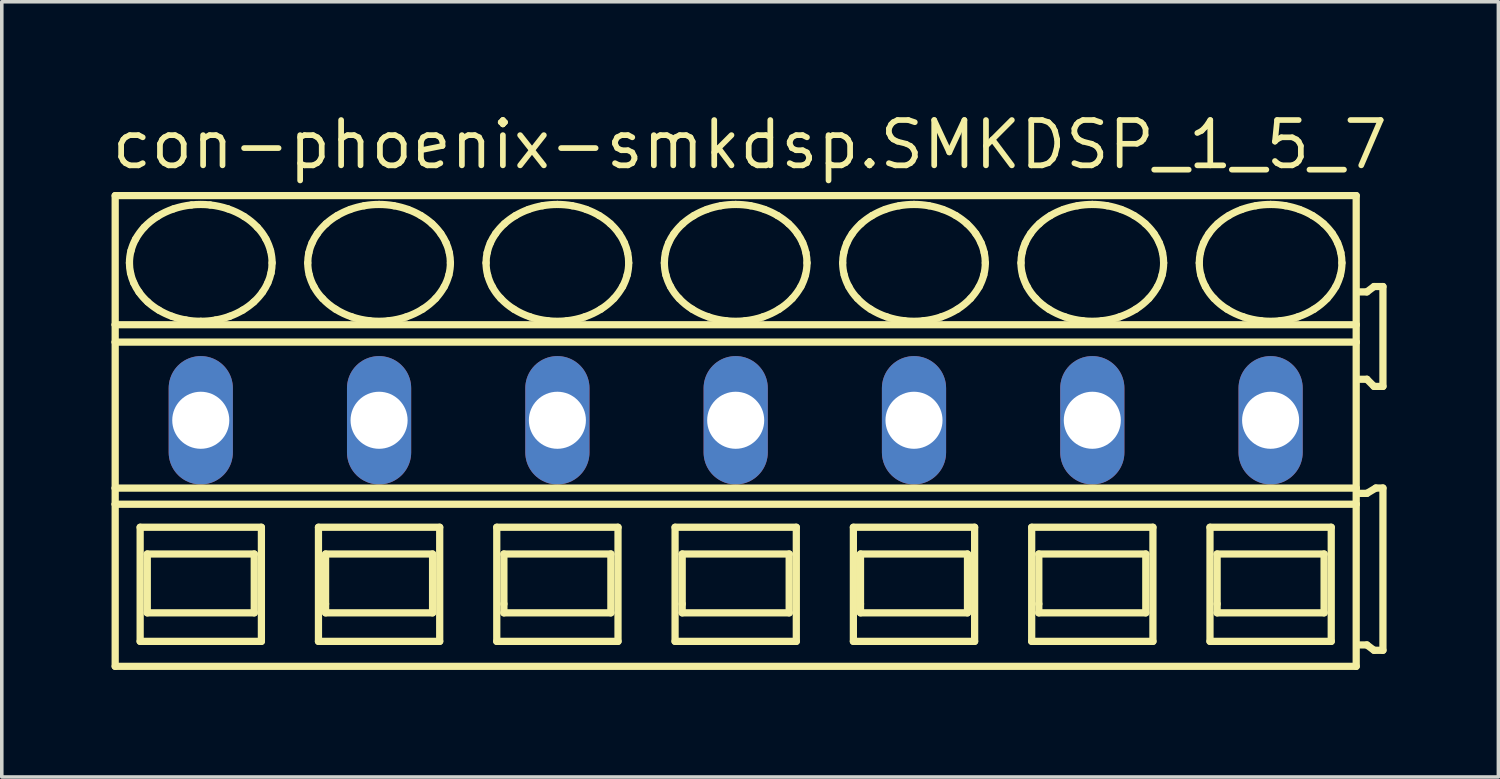
<source format=kicad_pcb>
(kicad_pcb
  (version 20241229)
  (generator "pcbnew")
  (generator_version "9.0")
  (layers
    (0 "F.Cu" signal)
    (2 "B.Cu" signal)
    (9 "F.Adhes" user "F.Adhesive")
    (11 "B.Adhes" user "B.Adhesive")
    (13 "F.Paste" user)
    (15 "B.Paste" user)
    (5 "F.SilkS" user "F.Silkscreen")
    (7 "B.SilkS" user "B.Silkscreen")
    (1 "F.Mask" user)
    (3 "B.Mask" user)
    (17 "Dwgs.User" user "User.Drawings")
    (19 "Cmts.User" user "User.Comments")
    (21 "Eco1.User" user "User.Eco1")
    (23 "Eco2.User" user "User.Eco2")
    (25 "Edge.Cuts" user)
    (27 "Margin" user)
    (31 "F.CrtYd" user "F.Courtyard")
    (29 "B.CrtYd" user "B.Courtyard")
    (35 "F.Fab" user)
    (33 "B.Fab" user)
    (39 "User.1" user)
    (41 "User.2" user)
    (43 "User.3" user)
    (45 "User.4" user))
  (footprint "con-phoenix-smkdsp.SMKDSP_1_5_7"
    (layer "F.Cu")
    (at 5.08 8.735)
    (property "Reference" "con-phoenix-smkdsp.SMKDSP_1_5_7" (at -5.08 -6.985 0) (layer "F.SilkS") (effects (font (size 1.27 1.27) (thickness 0.16)) (justify left bottom)))
    (attr through_hole)
    (fp_line (start -4.9 -6.3) (end -4.9 -2.679) (stroke (width 0.203) (type default)) (layer "F.SilkS"))
    (fp_line (start -4.9 -2.679) (end -4.9 -2.192) (stroke (width 0.203) (type default)) (layer "F.SilkS"))
    (fp_line (start -4.9 -2.192) (end -4.9 1.902) (stroke (width 0.203) (type default)) (layer "F.SilkS"))
    (fp_line (start -4.9 1.902) (end -4.9 2.354) (stroke (width 0.203) (type default)) (layer "F.SilkS"))
    (fp_line (start -4.9 2.354) (end -4.9 6.9) (stroke (width 0.203) (type default)) (layer "F.SilkS"))
    (fp_line (start -4.9 6.9) (end 29.9 6.9) (stroke (width 0.203) (type default)) (layer "F.SilkS"))
    (fp_line (start -4.2 3) (end -4.2 6.2) (stroke (width 0.203) (type default)) (layer "F.SilkS"))
    (fp_line (start -4.2 6.2) (end -0.8 6.2) (stroke (width 0.203) (type default)) (layer "F.SilkS"))
    (fp_line (start -4 3.75) (end -4 5.4) (stroke (width 0.203) (type default)) (layer "F.SilkS"))
    (fp_line (start -4 5.4) (end -1 5.4) (stroke (width 0.203) (type default)) (layer "F.SilkS"))
    (fp_line (start -1 3.75) (end -4 3.75) (stroke (width 0.203) (type default)) (layer "F.SilkS"))
    (fp_line (start -1 5.4) (end -1 3.75) (stroke (width 0.203) (type default)) (layer "F.SilkS"))
    (fp_line (start -0.8 3) (end -4.2 3) (stroke (width 0.203) (type default)) (layer "F.SilkS"))
    (fp_line (start -0.8 6.2) (end -0.8 3) (stroke (width 0.203) (type default)) (layer "F.SilkS"))
    (fp_line (start 0.8 3) (end 0.8 6.2) (stroke (width 0.203) (type default)) (layer "F.SilkS"))
    (fp_line (start 0.8 6.2) (end 4.2 6.2) (stroke (width 0.203) (type default)) (layer "F.SilkS"))
    (fp_line (start 1 3.75) (end 1 5.15) (stroke (width 0.203) (type default)) (layer "F.SilkS"))
    (fp_line (start 1 5.15) (end 1 5.4) (stroke (width 0.203) (type default)) (layer "F.SilkS"))
    (fp_line (start 1 5.4) (end 4 5.4) (stroke (width 0.203) (type default)) (layer "F.SilkS"))
    (fp_line (start 4 3.75) (end 1 3.75) (stroke (width 0.203) (type default)) (layer "F.SilkS"))
    (fp_line (start 4 5.4) (end 4 3.75) (stroke (width 0.203) (type default)) (layer "F.SilkS"))
    (fp_line (start 4.2 3) (end 0.8 3) (stroke (width 0.203) (type default)) (layer "F.SilkS"))
    (fp_line (start 4.2 6.2) (end 4.2 3) (stroke (width 0.203) (type default)) (layer "F.SilkS"))
    (fp_line (start 5.8 3) (end 5.8 6.2) (stroke (width 0.203) (type default)) (layer "F.SilkS"))
    (fp_line (start 5.8 6.2) (end 9.2 6.2) (stroke (width 0.203) (type default)) (layer "F.SilkS"))
    (fp_line (start 6 3.75) (end 6 5.15) (stroke (width 0.203) (type default)) (layer "F.SilkS"))
    (fp_line (start 6 5.15) (end 6 5.4) (stroke (width 0.203) (type default)) (layer "F.SilkS"))
    (fp_line (start 6 5.4) (end 9 5.4) (stroke (width 0.203) (type default)) (layer "F.SilkS"))
    (fp_line (start 9 3.75) (end 6 3.75) (stroke (width 0.203) (type default)) (layer "F.SilkS"))
    (fp_line (start 9 5.4) (end 9 3.75) (stroke (width 0.203) (type default)) (layer "F.SilkS"))
    (fp_line (start 9.2 3) (end 5.8 3) (stroke (width 0.203) (type default)) (layer "F.SilkS"))
    (fp_line (start 9.2 6.2) (end 9.2 3) (stroke (width 0.203) (type default)) (layer "F.SilkS"))
    (fp_line (start 10.8 3) (end 10.8 6.2) (stroke (width 0.203) (type default)) (layer "F.SilkS"))
    (fp_line (start 10.8 6.2) (end 14.2 6.2) (stroke (width 0.203) (type default)) (layer "F.SilkS"))
    (fp_line (start 11 3.75) (end 11 5.15) (stroke (width 0.203) (type default)) (layer "F.SilkS"))
    (fp_line (start 11 5.15) (end 11 5.4) (stroke (width 0.203) (type default)) (layer "F.SilkS"))
    (fp_line (start 11 5.4) (end 14 5.4) (stroke (width 0.203) (type default)) (layer "F.SilkS"))
    (fp_line (start 14 3.75) (end 11 3.75) (stroke (width 0.203) (type default)) (layer "F.SilkS"))
    (fp_line (start 14 5.4) (end 14 3.75) (stroke (width 0.203) (type default)) (layer "F.SilkS"))
    (fp_line (start 14.2 3) (end 10.8 3) (stroke (width 0.203) (type default)) (layer "F.SilkS"))
    (fp_line (start 14.2 6.2) (end 14.2 3) (stroke (width 0.203) (type default)) (layer "F.SilkS"))
    (fp_line (start 15.8 3) (end 15.8 6.2) (stroke (width 0.203) (type default)) (layer "F.SilkS"))
    (fp_line (start 15.8 6.2) (end 19.2 6.2) (stroke (width 0.203) (type default)) (layer "F.SilkS"))
    (fp_line (start 16 3.75) (end 16 5.15) (stroke (width 0.203) (type default)) (layer "F.SilkS"))
    (fp_line (start 16 5.15) (end 16 5.4) (stroke (width 0.203) (type default)) (layer "F.SilkS"))
    (fp_line (start 16 5.4) (end 19 5.4) (stroke (width 0.203) (type default)) (layer "F.SilkS"))
    (fp_line (start 19 3.75) (end 16 3.75) (stroke (width 0.203) (type default)) (layer "F.SilkS"))
    (fp_line (start 19 5.4) (end 19 3.75) (stroke (width 0.203) (type default)) (layer "F.SilkS"))
    (fp_line (start 19.2 3) (end 15.8 3) (stroke (width 0.203) (type default)) (layer "F.SilkS"))
    (fp_line (start 19.2 6.2) (end 19.2 3) (stroke (width 0.203) (type default)) (layer "F.SilkS"))
    (fp_line (start 20.8 3) (end 20.8 6.2) (stroke (width 0.203) (type default)) (layer "F.SilkS"))
    (fp_line (start 20.8 6.2) (end 24.2 6.2) (stroke (width 0.203) (type default)) (layer "F.SilkS"))
    (fp_line (start 21 3.75) (end 21 5.15) (stroke (width 0.203) (type default)) (layer "F.SilkS"))
    (fp_line (start 21 5.15) (end 21 5.4) (stroke (width 0.203) (type default)) (layer "F.SilkS"))
    (fp_line (start 21 5.4) (end 24 5.4) (stroke (width 0.203) (type default)) (layer "F.SilkS"))
    (fp_line (start 24 3.75) (end 21 3.75) (stroke (width 0.203) (type default)) (layer "F.SilkS"))
    (fp_line (start 24 5.4) (end 24 3.75) (stroke (width 0.203) (type default)) (layer "F.SilkS"))
    (fp_line (start 24.2 3) (end 20.8 3) (stroke (width 0.203) (type default)) (layer "F.SilkS"))
    (fp_line (start 24.2 6.2) (end 24.2 3) (stroke (width 0.203) (type default)) (layer "F.SilkS"))
    (fp_line (start 25.8 3) (end 25.8 6.2) (stroke (width 0.203) (type default)) (layer "F.SilkS"))
    (fp_line (start 25.8 6.2) (end 29.2 6.2) (stroke (width 0.203) (type default)) (layer "F.SilkS"))
    (fp_line (start 26 3.75) (end 26 5.15) (stroke (width 0.203) (type default)) (layer "F.SilkS"))
    (fp_line (start 26 5.15) (end 26 5.4) (stroke (width 0.203) (type default)) (layer "F.SilkS"))
    (fp_line (start 26 5.4) (end 29 5.4) (stroke (width 0.203) (type default)) (layer "F.SilkS"))
    (fp_line (start 29 3.75) (end 26 3.75) (stroke (width 0.203) (type default)) (layer "F.SilkS"))
    (fp_line (start 29 5.4) (end 29 3.75) (stroke (width 0.203) (type default)) (layer "F.SilkS"))
    (fp_line (start 29.2 3) (end 25.8 3) (stroke (width 0.203) (type default)) (layer "F.SilkS"))
    (fp_line (start 29.2 6.2) (end 29.2 3) (stroke (width 0.203) (type default)) (layer "F.SilkS"))
    (fp_line (start 29.9 -6.3) (end -4.9 -6.3) (stroke (width 0.203) (type default)) (layer "F.SilkS"))
    (fp_line (start 29.9 -2.679) (end -4.9 -2.679) (stroke (width 0.203) (type default)) (layer "F.SilkS"))
    (fp_line (start 29.9 -2.679) (end 29.9 -6.3) (stroke (width 0.203) (type default)) (layer "F.SilkS"))
    (fp_line (start 29.9 -2.192) (end -4.9 -2.192) (stroke (width 0.203) (type default)) (layer "F.SilkS"))
    (fp_line (start 29.9 -2.192) (end 29.9 -2.679) (stroke (width 0.203) (type default)) (layer "F.SilkS"))
    (fp_line (start 29.9 1.902) (end -4.9 1.902) (stroke (width 0.203) (type default)) (layer "F.SilkS"))
    (fp_line (start 29.9 1.902) (end 29.9 -2.192) (stroke (width 0.203) (type default)) (layer "F.SilkS"))
    (fp_line (start 29.9 2.354) (end -4.9 2.354) (stroke (width 0.203) (type default)) (layer "F.SilkS"))
    (fp_line (start 29.9 2.354) (end 29.9 1.902) (stroke (width 0.203) (type default)) (layer "F.SilkS"))
    (fp_line (start 29.9 6.9) (end 29.9 2.354) (stroke (width 0.203) (type default)) (layer "F.SilkS"))
    (fp_line (start 30 -1.15) (end 30.2 -1.15) (stroke (width 0.203) (type default)) (layer "F.SilkS"))
    (fp_line (start 30 6.3) (end 30.2 6.3) (stroke (width 0.203) (type default)) (layer "F.SilkS"))
    (fp_line (start 30.2 -3.6) (end 30 -3.6) (stroke (width 0.203) (type default)) (layer "F.SilkS"))
    (fp_line (start 30.2 -1.15) (end 30.4 -0.95) (stroke (width 0.203) (type default)) (layer "F.SilkS"))
    (fp_line (start 30.2 2.05) (end 30 2.05) (stroke (width 0.203) (type default)) (layer "F.SilkS"))
    (fp_line (start 30.2 6.3) (end 30.4 6.45) (stroke (width 0.203) (type default)) (layer "F.SilkS"))
    (fp_line (start 30.4 -3.75) (end 30.2 -3.6) (stroke (width 0.203) (type default)) (layer "F.SilkS"))
    (fp_line (start 30.4 -0.95) (end 30.65 -0.95) (stroke (width 0.203) (type default)) (layer "F.SilkS"))
    (fp_line (start 30.4 6.45) (end 30.65 6.45) (stroke (width 0.203) (type default)) (layer "F.SilkS"))
    (fp_line (start 30.45 1.9) (end 30.2 2.05) (stroke (width 0.203) (type default)) (layer "F.SilkS"))
    (fp_line (start 30.65 -3.75) (end 30.4 -3.75) (stroke (width 0.203) (type default)) (layer "F.SilkS"))
    (fp_line (start 30.65 -0.95) (end 30.65 -3.75) (stroke (width 0.203) (type default)) (layer "F.SilkS"))
    (fp_line (start 30.65 1.9) (end 30.45 1.9) (stroke (width 0.203) (type default)) (layer "F.SilkS"))
    (fp_line (start 30.65 6.45) (end 30.65 1.9) (stroke (width 0.203) (type default)) (layer "F.SilkS"))
    (fp_arc (start -4.5 -4.4136) (mid -4.488905 -4.585389) (end -4.4562 -4.7544) (stroke (width 0.2032) (type default)) (layer "F.SilkS"))
    (fp_arc (start -4.4695 -4.1287) (mid -4.492309 -4.270341) (end -4.5 -4.4136) (stroke (width 0.2032) (type default)) (layer "F.SilkS"))
    (fp_arc (start -4.4562 -4.7544) (mid -4.401558 -4.920839) (end -4.3273 -5.0795) (stroke (width 0.2032) (type default)) (layer "F.SilkS"))
    (fp_arc (start -4.3795 -3.8536) (mid -4.431599 -3.988827) (end -4.4695 -4.1287) (stroke (width 0.2032) (type default)) (layer "F.SilkS"))
    (fp_arc (start -4.3274 -5.0795) (mid -4.216217 -5.252167) (end -4.0864 -5.4113) (stroke (width 0.2032) (type default)) (layer "F.SilkS"))
    (fp_arc (start -4.232 -3.5945) (mid -4.312155 -3.720404) (end -4.3795 -3.8536) (stroke (width 0.2032) (type default)) (layer "F.SilkS"))
    (fp_arc (start -4.0864 -5.4113) (mid -3.911717 -5.573771) (end -3.718 -5.713) (stroke (width 0.2032) (type default)) (layer "F.SilkS"))
    (fp_arc (start -3.9861 -3.3171) (mid -4.116737 -3.448975) (end -4.2321 -3.5944) (stroke (width 0.2032) (type default)) (layer "F.SilkS"))
    (fp_arc (start -3.718 -5.713) (mid -3.497651 -5.83326) (end -3.2649 -5.9273) (stroke (width 0.2032) (type default)) (layer "F.SilkS"))
    (fp_arc (start -3.676 -3.0884) (mid -3.836846 -3.19489) (end -3.9861 -3.3171) (stroke (width 0.2032) (type default)) (layer "F.SilkS"))
    (fp_arc (start -3.313 -2.9167) (mid -3.498551 -2.993985) (end -3.676 -3.0884) (stroke (width 0.2032) (type default)) (layer "F.SilkS"))
    (fp_arc (start -3.2649 -5.9273) (mid -3.016253 -5.996227) (end -2.7616 -6.0378) (stroke (width 0.2032) (type default)) (layer "F.SilkS"))
    (fp_arc (start -2.9161 -2.8111) (mid -3.116893 -2.855096) (end -3.313 -2.9167) (stroke (width 0.2032) (type default)) (layer "F.SilkS"))
    (fp_arc (start -2.7616 -6.0378) (mid -2.5 -6.051841) (end -2.2384 -6.0378) (stroke (width 0.2032) (type default)) (layer "F.SilkS"))
    (fp_arc (start -2.5 -2.7752) (mid -2.708826 -2.784159) (end -2.9161 -2.8111) (stroke (width 0.2032) (type default)) (layer "F.SilkS"))
    (fp_arc (start -2.2384 -6.0378) (mid -1.983714 -5.996378) (end -1.7351 -5.9273) (stroke (width 0.2032) (type default)) (layer "F.SilkS"))
    (fp_arc (start -2.0839 -2.8111) (mid -2.291182 -2.784277) (end -2.5 -2.7753) (stroke (width 0.2032) (type default)) (layer "F.SilkS"))
    (fp_arc (start -1.7351 -5.9273) (mid -1.502222 -5.83353) (end -1.282 -5.713) (stroke (width 0.2032) (type default)) (layer "F.SilkS"))
    (fp_arc (start -1.687 -2.9167) (mid -1.883128 -2.855175) (end -2.0839 -2.8111) (stroke (width 0.2032) (type default)) (layer "F.SilkS"))
    (fp_arc (start -1.324 -3.0884) (mid -1.501514 -2.994123) (end -1.687 -2.9167) (stroke (width 0.2032) (type default)) (layer "F.SilkS"))
    (fp_arc (start -1.282 -5.713) (mid -1.088036 -5.574073) (end -0.9136 -5.4113) (stroke (width 0.2032) (type default)) (layer "F.SilkS"))
    (fp_arc (start -1.0139 -3.3171) (mid -1.163276 -3.195057) (end -1.324 -3.0884) (stroke (width 0.2032) (type default)) (layer "F.SilkS"))
    (fp_arc (start -0.9137 -5.4112) (mid -0.781313 -5.253987) (end -0.6727 -5.0795) (stroke (width 0.2032) (type default)) (layer "F.SilkS"))
    (fp_arc (start -0.7679 -3.5944) (mid -0.88339 -3.449088) (end -1.0139 -3.3171) (stroke (width 0.2032) (type default)) (layer "F.SilkS"))
    (fp_arc (start -0.6727 -5.0795) (mid -0.598286 -4.920901) (end -0.5438 -4.7544) (stroke (width 0.2032) (type default)) (layer "F.SilkS"))
    (fp_arc (start -0.6204 -3.8536) (mid -0.687861 -3.720421) (end -0.7679 -3.5944) (stroke (width 0.2032) (type default)) (layer "F.SilkS"))
    (fp_arc (start -0.5438 -4.7544) (mid -0.511083 -4.58539) (end -0.5 -4.4136) (stroke (width 0.2032) (type default)) (layer "F.SilkS"))
    (fp_arc (start -0.5305 -4.1287) (mid -0.568473 -3.988851) (end -0.6205 -3.8536) (stroke (width 0.2032) (type default)) (layer "F.SilkS"))
    (fp_arc (start -0.5001 -4.4136) (mid -0.50774 -4.270343) (end -0.5305 -4.1287) (stroke (width 0.2032) (type default)) (layer "F.SilkS"))
    (fp_arc (start 0.5 -4.4136) (mid 0.507693 -4.556809) (end 0.5305 -4.6984) (stroke (width 0.2032) (type default)) (layer "F.SilkS"))
    (fp_arc (start 0.5305 -4.6984) (mid 0.568467 -4.8383) (end 0.6205 -4.9736) (stroke (width 0.2032) (type default)) (layer "F.SilkS"))
    (fp_arc (start 0.5438 -4.0727) (mid 0.511073 -4.241759) (end 0.5 -4.4136) (stroke (width 0.2032) (type default)) (layer "F.SilkS"))
    (fp_arc (start 0.6204 -4.9736) (mid 0.687866 -5.106728) (end 0.7679 -5.2327) (stroke (width 0.2032) (type default)) (layer "F.SilkS"))
    (fp_arc (start 0.6727 -3.7476) (mid 0.598288 -3.9062) (end 0.5438 -4.0727) (stroke (width 0.2032) (type default)) (layer "F.SilkS"))
    (fp_arc (start 0.7679 -5.2327) (mid 0.883386 -5.378016) (end 1.0139 -5.51) (stroke (width 0.2032) (type default)) (layer "F.SilkS"))
    (fp_arc (start 0.9136 -3.4159) (mid 0.781267 -3.57312) (end 0.6727 -3.7476) (stroke (width 0.2032) (type default)) (layer "F.SilkS"))
    (fp_arc (start 1.0139 -5.51) (mid 1.163277 -5.632042) (end 1.324 -5.7387) (stroke (width 0.2032) (type default)) (layer "F.SilkS"))
    (fp_arc (start 1.282 -3.1141) (mid 1.088032 -3.253077) (end 0.9136 -3.4159) (stroke (width 0.2032) (type default)) (layer "F.SilkS"))
    (fp_arc (start 1.324 -5.7387) (mid 1.501514 -5.832977) (end 1.687 -5.9104) (stroke (width 0.2032) (type default)) (layer "F.SilkS"))
    (fp_arc (start 1.687 -5.9104) (mid 1.883128 -5.971925) (end 2.0839 -6.016) (stroke (width 0.2032) (type default)) (layer "F.SilkS"))
    (fp_arc (start 1.7351 -2.8998) (mid 1.502222 -2.993571) (end 1.282 -3.1141) (stroke (width 0.2032) (type default)) (layer "F.SilkS"))
    (fp_arc (start 2.0839 -6.0161) (mid 2.291183 -6.042919) (end 2.5 -6.0519) (stroke (width 0.2032) (type default)) (layer "F.SilkS"))
    (fp_arc (start 2.2384 -2.7893) (mid 1.983714 -2.830721) (end 1.7351 -2.8998) (stroke (width 0.2032) (type default)) (layer "F.SilkS"))
    (fp_arc (start 2.5 -6.0519) (mid 2.708826 -6.042941) (end 2.9161 -6.016) (stroke (width 0.2032) (type default)) (layer "F.SilkS"))
    (fp_arc (start 2.7616 -2.7893) (mid 2.5 -2.775259) (end 2.2384 -2.7893) (stroke (width 0.2032) (type default)) (layer "F.SilkS"))
    (fp_arc (start 2.9161 -6.016) (mid 3.116893 -5.972004) (end 3.313 -5.9104) (stroke (width 0.2032) (type default)) (layer "F.SilkS"))
    (fp_arc (start 3.2649 -2.8998) (mid 3.016253 -2.830873) (end 2.7616 -2.7893) (stroke (width 0.2032) (type default)) (layer "F.SilkS"))
    (fp_arc (start 3.313 -5.9104) (mid 3.498552 -5.833116) (end 3.676 -5.7387) (stroke (width 0.2032) (type default)) (layer "F.SilkS"))
    (fp_arc (start 3.676 -5.7387) (mid 3.836846 -5.632209) (end 3.9861 -5.51) (stroke (width 0.2032) (type default)) (layer "F.SilkS"))
    (fp_arc (start 3.718 -3.1141) (mid 3.497651 -2.993839) (end 3.2649 -2.8998) (stroke (width 0.2032) (type default)) (layer "F.SilkS"))
    (fp_arc (start 3.9861 -5.51) (mid 4.116738 -5.378126) (end 4.2321 -5.2327) (stroke (width 0.2032) (type default)) (layer "F.SilkS"))
    (fp_arc (start 4.0864 -3.4159) (mid 3.911721 -3.253378) (end 3.718 -3.1141) (stroke (width 0.2032) (type default)) (layer "F.SilkS"))
    (fp_arc (start 4.2321 -5.2327) (mid 4.312204 -5.106793) (end 4.3795 -4.9736) (stroke (width 0.2032) (type default)) (layer "F.SilkS"))
    (fp_arc (start 4.3273 -3.7476) (mid 4.216161 -3.574988) (end 4.0864 -3.4159) (stroke (width 0.2032) (type default)) (layer "F.SilkS"))
    (fp_arc (start 4.3795 -4.9736) (mid 4.431605 -4.838324) (end 4.4695 -4.6984) (stroke (width 0.2032) (type default)) (layer "F.SilkS"))
    (fp_arc (start 4.4562 -4.0727) (mid 4.401557 -3.906262) (end 4.3273 -3.7476) (stroke (width 0.2032) (type default)) (layer "F.SilkS"))
    (fp_arc (start 4.4695 -4.6984) (mid 4.4923 -4.556809) (end 4.5 -4.4136) (stroke (width 0.2032) (type default)) (layer "F.SilkS"))
    (fp_arc (start 4.5 -4.4136) (mid 4.488914 -4.241761) (end 4.4562 -4.0727) (stroke (width 0.2032) (type default)) (layer "F.SilkS"))
    (fp_arc (start 5.5 -4.4136) (mid 5.507693 -4.556809) (end 5.5305 -4.6984) (stroke (width 0.2032) (type default)) (layer "F.SilkS"))
    (fp_arc (start 5.5305 -4.6984) (mid 5.568467 -4.8383) (end 5.6205 -4.9736) (stroke (width 0.2032) (type default)) (layer "F.SilkS"))
    (fp_arc (start 5.5438 -4.0727) (mid 5.511073 -4.241759) (end 5.5 -4.4136) (stroke (width 0.2032) (type default)) (layer "F.SilkS"))
    (fp_arc (start 5.6204 -4.9736) (mid 5.687866 -5.106728) (end 5.7679 -5.2327) (stroke (width 0.2032) (type default)) (layer "F.SilkS"))
    (fp_arc (start 5.6727 -3.7476) (mid 5.598288 -3.9062) (end 5.5438 -4.0727) (stroke (width 0.2032) (type default)) (layer "F.SilkS"))
    (fp_arc (start 5.7679 -5.2327) (mid 5.883386 -5.378016) (end 6.0139 -5.51) (stroke (width 0.2032) (type default)) (layer "F.SilkS"))
    (fp_arc (start 5.9136 -3.4159) (mid 5.781267 -3.57312) (end 5.6727 -3.7476) (stroke (width 0.2032) (type default)) (layer "F.SilkS"))
    (fp_arc (start 6.0139 -5.51) (mid 6.163277 -5.632042) (end 6.324 -5.7387) (stroke (width 0.2032) (type default)) (layer "F.SilkS"))
    (fp_arc (start 6.282 -3.1141) (mid 6.088032 -3.253077) (end 5.9136 -3.4159) (stroke (width 0.2032) (type default)) (layer "F.SilkS"))
    (fp_arc (start 6.324 -5.7387) (mid 6.501514 -5.832977) (end 6.687 -5.9104) (stroke (width 0.2032) (type default)) (layer "F.SilkS"))
    (fp_arc (start 6.687 -5.9104) (mid 6.883128 -5.971925) (end 7.0839 -6.016) (stroke (width 0.2032) (type default)) (layer "F.SilkS"))
    (fp_arc (start 6.7351 -2.8998) (mid 6.502222 -2.993571) (end 6.282 -3.1141) (stroke (width 0.2032) (type default)) (layer "F.SilkS"))
    (fp_arc (start 7.0839 -6.0161) (mid 7.291183 -6.042919) (end 7.5 -6.0519) (stroke (width 0.2032) (type default)) (layer "F.SilkS"))
    (fp_arc (start 7.2384 -2.7893) (mid 6.983714 -2.830721) (end 6.7351 -2.8998) (stroke (width 0.2032) (type default)) (layer "F.SilkS"))
    (fp_arc (start 7.5 -6.0519) (mid 7.708826 -6.042941) (end 7.9161 -6.016) (stroke (width 0.2032) (type default)) (layer "F.SilkS"))
    (fp_arc (start 7.7616 -2.7893) (mid 7.5 -2.775259) (end 7.2384 -2.7893) (stroke (width 0.2032) (type default)) (layer "F.SilkS"))
    (fp_arc (start 7.9161 -6.016) (mid 8.116893 -5.972004) (end 8.313 -5.9104) (stroke (width 0.2032) (type default)) (layer "F.SilkS"))
    (fp_arc (start 8.2649 -2.8998) (mid 8.016253 -2.830873) (end 7.7616 -2.7893) (stroke (width 0.2032) (type default)) (layer "F.SilkS"))
    (fp_arc (start 8.313 -5.9104) (mid 8.498552 -5.833116) (end 8.676 -5.7387) (stroke (width 0.2032) (type default)) (layer "F.SilkS"))
    (fp_arc (start 8.676 -5.7387) (mid 8.836846 -5.632209) (end 8.9861 -5.51) (stroke (width 0.2032) (type default)) (layer "F.SilkS"))
    (fp_arc (start 8.718 -3.1141) (mid 8.497651 -2.993839) (end 8.2649 -2.8998) (stroke (width 0.2032) (type default)) (layer "F.SilkS"))
    (fp_arc (start 8.9861 -5.51) (mid 9.116738 -5.378126) (end 9.2321 -5.2327) (stroke (width 0.2032) (type default)) (layer "F.SilkS"))
    (fp_arc (start 9.0864 -3.4159) (mid 8.911721 -3.253378) (end 8.718 -3.1141) (stroke (width 0.2032) (type default)) (layer "F.SilkS"))
    (fp_arc (start 9.2321 -5.2327) (mid 9.312204 -5.106793) (end 9.3795 -4.9736) (stroke (width 0.2032) (type default)) (layer "F.SilkS"))
    (fp_arc (start 9.3273 -3.7476) (mid 9.216161 -3.574988) (end 9.0864 -3.4159) (stroke (width 0.2032) (type default)) (layer "F.SilkS"))
    (fp_arc (start 9.3795 -4.9736) (mid 9.431605 -4.838324) (end 9.4695 -4.6984) (stroke (width 0.2032) (type default)) (layer "F.SilkS"))
    (fp_arc (start 9.4562 -4.0727) (mid 9.401557 -3.906262) (end 9.3273 -3.7476) (stroke (width 0.2032) (type default)) (layer "F.SilkS"))
    (fp_arc (start 9.4695 -4.6984) (mid 9.4923 -4.556809) (end 9.5 -4.4136) (stroke (width 0.2032) (type default)) (layer "F.SilkS"))
    (fp_arc (start 9.5 -4.4136) (mid 9.488914 -4.241761) (end 9.4562 -4.0727) (stroke (width 0.2032) (type default)) (layer "F.SilkS"))
    (fp_arc (start 10.5 -4.4136) (mid 10.507693 -4.556809) (end 10.5305 -4.6984) (stroke (width 0.2032) (type default)) (layer "F.SilkS"))
    (fp_arc (start 10.5305 -4.6984) (mid 10.568467 -4.8383) (end 10.6205 -4.9736) (stroke (width 0.2032) (type default)) (layer "F.SilkS"))
    (fp_arc (start 10.5438 -4.0727) (mid 10.511073 -4.241759) (end 10.5 -4.4136) (stroke (width 0.2032) (type default)) (layer "F.SilkS"))
    (fp_arc (start 10.6204 -4.9736) (mid 10.687866 -5.106728) (end 10.7679 -5.2327) (stroke (width 0.2032) (type default)) (layer "F.SilkS"))
    (fp_arc (start 10.6727 -3.7476) (mid 10.598288 -3.9062) (end 10.5438 -4.0727) (stroke (width 0.2032) (type default)) (layer "F.SilkS"))
    (fp_arc (start 10.7679 -5.2327) (mid 10.883386 -5.378016) (end 11.0139 -5.51) (stroke (width 0.2032) (type default)) (layer "F.SilkS"))
    (fp_arc (start 10.9136 -3.4159) (mid 10.781267 -3.57312) (end 10.6727 -3.7476) (stroke (width 0.2032) (type default)) (layer "F.SilkS"))
    (fp_arc (start 11.0139 -5.51) (mid 11.163277 -5.632042) (end 11.324 -5.7387) (stroke (width 0.2032) (type default)) (layer "F.SilkS"))
    (fp_arc (start 11.282 -3.1141) (mid 11.088032 -3.253077) (end 10.9136 -3.4159) (stroke (width 0.2032) (type default)) (layer "F.SilkS"))
    (fp_arc (start 11.324 -5.7387) (mid 11.501514 -5.832977) (end 11.687 -5.9104) (stroke (width 0.2032) (type default)) (layer "F.SilkS"))
    (fp_arc (start 11.687 -5.9104) (mid 11.883128 -5.971925) (end 12.0839 -6.016) (stroke (width 0.2032) (type default)) (layer "F.SilkS"))
    (fp_arc (start 11.7351 -2.8998) (mid 11.502222 -2.993571) (end 11.282 -3.1141) (stroke (width 0.2032) (type default)) (layer "F.SilkS"))
    (fp_arc (start 12.0839 -6.0161) (mid 12.291183 -6.042919) (end 12.5 -6.0519) (stroke (width 0.2032) (type default)) (layer "F.SilkS"))
    (fp_arc (start 12.2384 -2.7893) (mid 11.983714 -2.830721) (end 11.7351 -2.8998) (stroke (width 0.2032) (type default)) (layer "F.SilkS"))
    (fp_arc (start 12.5 -6.0519) (mid 12.708826 -6.042941) (end 12.9161 -6.016) (stroke (width 0.2032) (type default)) (layer "F.SilkS"))
    (fp_arc (start 12.7616 -2.7893) (mid 12.5 -2.775259) (end 12.2384 -2.7893) (stroke (width 0.2032) (type default)) (layer "F.SilkS"))
    (fp_arc (start 12.9161 -6.016) (mid 13.116893 -5.972004) (end 13.313 -5.9104) (stroke (width 0.2032) (type default)) (layer "F.SilkS"))
    (fp_arc (start 13.2649 -2.8998) (mid 13.016253 -2.830873) (end 12.7616 -2.7893) (stroke (width 0.2032) (type default)) (layer "F.SilkS"))
    (fp_arc (start 13.313 -5.9104) (mid 13.498552 -5.833116) (end 13.676 -5.7387) (stroke (width 0.2032) (type default)) (layer "F.SilkS"))
    (fp_arc (start 13.676 -5.7387) (mid 13.836846 -5.632209) (end 13.9861 -5.51) (stroke (width 0.2032) (type default)) (layer "F.SilkS"))
    (fp_arc (start 13.718 -3.1141) (mid 13.497651 -2.993839) (end 13.2649 -2.8998) (stroke (width 0.2032) (type default)) (layer "F.SilkS"))
    (fp_arc (start 13.9861 -5.51) (mid 14.116738 -5.378126) (end 14.2321 -5.2327) (stroke (width 0.2032) (type default)) (layer "F.SilkS"))
    (fp_arc (start 14.0864 -3.4159) (mid 13.911721 -3.253378) (end 13.718 -3.1141) (stroke (width 0.2032) (type default)) (layer "F.SilkS"))
    (fp_arc (start 14.2321 -5.2327) (mid 14.312204 -5.106793) (end 14.3795 -4.9736) (stroke (width 0.2032) (type default)) (layer "F.SilkS"))
    (fp_arc (start 14.3273 -3.7476) (mid 14.216161 -3.574988) (end 14.0864 -3.4159) (stroke (width 0.2032) (type default)) (layer "F.SilkS"))
    (fp_arc (start 14.3795 -4.9736) (mid 14.431605 -4.838324) (end 14.4695 -4.6984) (stroke (width 0.2032) (type default)) (layer "F.SilkS"))
    (fp_arc (start 14.4562 -4.0727) (mid 14.401557 -3.906262) (end 14.3273 -3.7476) (stroke (width 0.2032) (type default)) (layer "F.SilkS"))
    (fp_arc (start 14.4695 -4.6984) (mid 14.4923 -4.556809) (end 14.5 -4.4136) (stroke (width 0.2032) (type default)) (layer "F.SilkS"))
    (fp_arc (start 14.5 -4.4136) (mid 14.488914 -4.241761) (end 14.4562 -4.0727) (stroke (width 0.2032) (type default)) (layer "F.SilkS"))
    (fp_arc (start 15.5 -4.4136) (mid 15.507693 -4.556809) (end 15.5305 -4.6984) (stroke (width 0.2032) (type default)) (layer "F.SilkS"))
    (fp_arc (start 15.5305 -4.6984) (mid 15.568467 -4.8383) (end 15.6205 -4.9736) (stroke (width 0.2032) (type default)) (layer "F.SilkS"))
    (fp_arc (start 15.5438 -4.0727) (mid 15.511073 -4.241759) (end 15.5 -4.4136) (stroke (width 0.2032) (type default)) (layer "F.SilkS"))
    (fp_arc (start 15.6204 -4.9736) (mid 15.687866 -5.106728) (end 15.7679 -5.2327) (stroke (width 0.2032) (type default)) (layer "F.SilkS"))
    (fp_arc (start 15.6727 -3.7476) (mid 15.598288 -3.9062) (end 15.5438 -4.0727) (stroke (width 0.2032) (type default)) (layer "F.SilkS"))
    (fp_arc (start 15.7679 -5.2327) (mid 15.883386 -5.378016) (end 16.0139 -5.51) (stroke (width 0.2032) (type default)) (layer "F.SilkS"))
    (fp_arc (start 15.9136 -3.4159) (mid 15.781267 -3.57312) (end 15.6727 -3.7476) (stroke (width 0.2032) (type default)) (layer "F.SilkS"))
    (fp_arc (start 16.0139 -5.51) (mid 16.163277 -5.632042) (end 16.324 -5.7387) (stroke (width 0.2032) (type default)) (layer "F.SilkS"))
    (fp_arc (start 16.282 -3.1141) (mid 16.088032 -3.253077) (end 15.9136 -3.4159) (stroke (width 0.2032) (type default)) (layer "F.SilkS"))
    (fp_arc (start 16.324 -5.7387) (mid 16.501514 -5.832977) (end 16.687 -5.9104) (stroke (width 0.2032) (type default)) (layer "F.SilkS"))
    (fp_arc (start 16.687 -5.9104) (mid 16.883128 -5.971925) (end 17.0839 -6.016) (stroke (width 0.2032) (type default)) (layer "F.SilkS"))
    (fp_arc (start 16.7351 -2.8998) (mid 16.502222 -2.993571) (end 16.282 -3.1141) (stroke (width 0.2032) (type default)) (layer "F.SilkS"))
    (fp_arc (start 17.0839 -6.0161) (mid 17.291183 -6.042919) (end 17.5 -6.0519) (stroke (width 0.2032) (type default)) (layer "F.SilkS"))
    (fp_arc (start 17.2384 -2.7893) (mid 16.983714 -2.830721) (end 16.7351 -2.8998) (stroke (width 0.2032) (type default)) (layer "F.SilkS"))
    (fp_arc (start 17.5 -6.0519) (mid 17.708826 -6.042941) (end 17.9161 -6.016) (stroke (width 0.2032) (type default)) (layer "F.SilkS"))
    (fp_arc (start 17.7616 -2.7893) (mid 17.5 -2.775259) (end 17.2384 -2.7893) (stroke (width 0.2032) (type default)) (layer "F.SilkS"))
    (fp_arc (start 17.9161 -6.016) (mid 18.116893 -5.972004) (end 18.313 -5.9104) (stroke (width 0.2032) (type default)) (layer "F.SilkS"))
    (fp_arc (start 18.2649 -2.8998) (mid 18.016253 -2.830873) (end 17.7616 -2.7893) (stroke (width 0.2032) (type default)) (layer "F.SilkS"))
    (fp_arc (start 18.313 -5.9104) (mid 18.498552 -5.833116) (end 18.676 -5.7387) (stroke (width 0.2032) (type default)) (layer "F.SilkS"))
    (fp_arc (start 18.676 -5.7387) (mid 18.836846 -5.632209) (end 18.9861 -5.51) (stroke (width 0.2032) (type default)) (layer "F.SilkS"))
    (fp_arc (start 18.718 -3.1141) (mid 18.497651 -2.993839) (end 18.2649 -2.8998) (stroke (width 0.2032) (type default)) (layer "F.SilkS"))
    (fp_arc (start 18.9861 -5.51) (mid 19.116738 -5.378126) (end 19.2321 -5.2327) (stroke (width 0.2032) (type default)) (layer "F.SilkS"))
    (fp_arc (start 19.0864 -3.4159) (mid 18.911721 -3.253378) (end 18.718 -3.1141) (stroke (width 0.2032) (type default)) (layer "F.SilkS"))
    (fp_arc (start 19.2321 -5.2327) (mid 19.312204 -5.106793) (end 19.3795 -4.9736) (stroke (width 0.2032) (type default)) (layer "F.SilkS"))
    (fp_arc (start 19.3273 -3.7476) (mid 19.216161 -3.574988) (end 19.0864 -3.4159) (stroke (width 0.2032) (type default)) (layer "F.SilkS"))
    (fp_arc (start 19.3795 -4.9736) (mid 19.431605 -4.838324) (end 19.4695 -4.6984) (stroke (width 0.2032) (type default)) (layer "F.SilkS"))
    (fp_arc (start 19.4562 -4.0727) (mid 19.401557 -3.906262) (end 19.3273 -3.7476) (stroke (width 0.2032) (type default)) (layer "F.SilkS"))
    (fp_arc (start 19.4695 -4.6984) (mid 19.4923 -4.556809) (end 19.5 -4.4136) (stroke (width 0.2032) (type default)) (layer "F.SilkS"))
    (fp_arc (start 19.5 -4.4136) (mid 19.488914 -4.241761) (end 19.4562 -4.0727) (stroke (width 0.2032) (type default)) (layer "F.SilkS"))
    (fp_arc (start 20.5 -4.4136) (mid 20.507693 -4.556809) (end 20.5305 -4.6984) (stroke (width 0.2032) (type default)) (layer "F.SilkS"))
    (fp_arc (start 20.5305 -4.6984) (mid 20.568467 -4.8383) (end 20.6205 -4.9736) (stroke (width 0.2032) (type default)) (layer "F.SilkS"))
    (fp_arc (start 20.5438 -4.0727) (mid 20.511073 -4.241759) (end 20.5 -4.4136) (stroke (width 0.2032) (type default)) (layer "F.SilkS"))
    (fp_arc (start 20.6204 -4.9736) (mid 20.687866 -5.106728) (end 20.7679 -5.2327) (stroke (width 0.2032) (type default)) (layer "F.SilkS"))
    (fp_arc (start 20.6727 -3.7476) (mid 20.598288 -3.9062) (end 20.5438 -4.0727) (stroke (width 0.2032) (type default)) (layer "F.SilkS"))
    (fp_arc (start 20.7679 -5.2327) (mid 20.883386 -5.378016) (end 21.0139 -5.51) (stroke (width 0.2032) (type default)) (layer "F.SilkS"))
    (fp_arc (start 20.9136 -3.4159) (mid 20.781267 -3.57312) (end 20.6727 -3.7476) (stroke (width 0.2032) (type default)) (layer "F.SilkS"))
    (fp_arc (start 21.0139 -5.51) (mid 21.163277 -5.632042) (end 21.324 -5.7387) (stroke (width 0.2032) (type default)) (layer "F.SilkS"))
    (fp_arc (start 21.282 -3.1141) (mid 21.088032 -3.253077) (end 20.9136 -3.4159) (stroke (width 0.2032) (type default)) (layer "F.SilkS"))
    (fp_arc (start 21.324 -5.7387) (mid 21.501514 -5.832977) (end 21.687 -5.9104) (stroke (width 0.2032) (type default)) (layer "F.SilkS"))
    (fp_arc (start 21.687 -5.9104) (mid 21.883128 -5.971925) (end 22.0839 -6.016) (stroke (width 0.2032) (type default)) (layer "F.SilkS"))
    (fp_arc (start 21.7351 -2.8998) (mid 21.502222 -2.993571) (end 21.282 -3.1141) (stroke (width 0.2032) (type default)) (layer "F.SilkS"))
    (fp_arc (start 22.0839 -6.0161) (mid 22.291183 -6.042919) (end 22.5 -6.0519) (stroke (width 0.2032) (type default)) (layer "F.SilkS"))
    (fp_arc (start 22.2384 -2.7893) (mid 21.983714 -2.830721) (end 21.7351 -2.8998) (stroke (width 0.2032) (type default)) (layer "F.SilkS"))
    (fp_arc (start 22.5 -6.0519) (mid 22.708826 -6.042941) (end 22.9161 -6.016) (stroke (width 0.2032) (type default)) (layer "F.SilkS"))
    (fp_arc (start 22.7616 -2.7893) (mid 22.5 -2.775259) (end 22.2384 -2.7893) (stroke (width 0.2032) (type default)) (layer "F.SilkS"))
    (fp_arc (start 22.9161 -6.016) (mid 23.116893 -5.972004) (end 23.313 -5.9104) (stroke (width 0.2032) (type default)) (layer "F.SilkS"))
    (fp_arc (start 23.2649 -2.8998) (mid 23.016253 -2.830873) (end 22.7616 -2.7893) (stroke (width 0.2032) (type default)) (layer "F.SilkS"))
    (fp_arc (start 23.313 -5.9104) (mid 23.498552 -5.833116) (end 23.676 -5.7387) (stroke (width 0.2032) (type default)) (layer "F.SilkS"))
    (fp_arc (start 23.676 -5.7387) (mid 23.836846 -5.632209) (end 23.9861 -5.51) (stroke (width 0.2032) (type default)) (layer "F.SilkS"))
    (fp_arc (start 23.718 -3.1141) (mid 23.497651 -2.993839) (end 23.2649 -2.8998) (stroke (width 0.2032) (type default)) (layer "F.SilkS"))
    (fp_arc (start 23.9861 -5.51) (mid 24.116738 -5.378126) (end 24.2321 -5.2327) (stroke (width 0.2032) (type default)) (layer "F.SilkS"))
    (fp_arc (start 24.0864 -3.4159) (mid 23.911721 -3.253378) (end 23.718 -3.1141) (stroke (width 0.2032) (type default)) (layer "F.SilkS"))
    (fp_arc (start 24.2321 -5.2327) (mid 24.312204 -5.106793) (end 24.3795 -4.9736) (stroke (width 0.2032) (type default)) (layer "F.SilkS"))
    (fp_arc (start 24.3273 -3.7476) (mid 24.216161 -3.574988) (end 24.0864 -3.4159) (stroke (width 0.2032) (type default)) (layer "F.SilkS"))
    (fp_arc (start 24.3795 -4.9736) (mid 24.431605 -4.838324) (end 24.4695 -4.6984) (stroke (width 0.2032) (type default)) (layer "F.SilkS"))
    (fp_arc (start 24.4562 -4.0727) (mid 24.401557 -3.906262) (end 24.3273 -3.7476) (stroke (width 0.2032) (type default)) (layer "F.SilkS"))
    (fp_arc (start 24.4695 -4.6984) (mid 24.4923 -4.556809) (end 24.5 -4.4136) (stroke (width 0.2032) (type default)) (layer "F.SilkS"))
    (fp_arc (start 24.5 -4.4136) (mid 24.488914 -4.241761) (end 24.4562 -4.0727) (stroke (width 0.2032) (type default)) (layer "F.SilkS"))
    (fp_arc (start 25.5 -4.4136) (mid 25.507693 -4.556809) (end 25.5305 -4.6984) (stroke (width 0.2032) (type default)) (layer "F.SilkS"))
    (fp_arc (start 25.5305 -4.6984) (mid 25.568467 -4.8383) (end 25.6205 -4.9736) (stroke (width 0.2032) (type default)) (layer "F.SilkS"))
    (fp_arc (start 25.5438 -4.0727) (mid 25.511073 -4.241759) (end 25.5 -4.4136) (stroke (width 0.2032) (type default)) (layer "F.SilkS"))
    (fp_arc (start 25.6204 -4.9736) (mid 25.687866 -5.106728) (end 25.7679 -5.2327) (stroke (width 0.2032) (type default)) (layer "F.SilkS"))
    (fp_arc (start 25.6727 -3.7476) (mid 25.598288 -3.9062) (end 25.5438 -4.0727) (stroke (width 0.2032) (type default)) (layer "F.SilkS"))
    (fp_arc (start 25.7679 -5.2327) (mid 25.883386 -5.378016) (end 26.0139 -5.51) (stroke (width 0.2032) (type default)) (layer "F.SilkS"))
    (fp_arc (start 25.9136 -3.4159) (mid 25.781267 -3.57312) (end 25.6727 -3.7476) (stroke (width 0.2032) (type default)) (layer "F.SilkS"))
    (fp_arc (start 26.0139 -5.51) (mid 26.163277 -5.632042) (end 26.324 -5.7387) (stroke (width 0.2032) (type default)) (layer "F.SilkS"))
    (fp_arc (start 26.282 -3.1141) (mid 26.088032 -3.253077) (end 25.9136 -3.4159) (stroke (width 0.2032) (type default)) (layer "F.SilkS"))
    (fp_arc (start 26.324 -5.7387) (mid 26.501514 -5.832977) (end 26.687 -5.9104) (stroke (width 0.2032) (type default)) (layer "F.SilkS"))
    (fp_arc (start 26.687 -5.9104) (mid 26.883128 -5.971925) (end 27.0839 -6.016) (stroke (width 0.2032) (type default)) (layer "F.SilkS"))
    (fp_arc (start 26.7351 -2.8998) (mid 26.502222 -2.993571) (end 26.282 -3.1141) (stroke (width 0.2032) (type default)) (layer "F.SilkS"))
    (fp_arc (start 27.0839 -6.0161) (mid 27.291183 -6.042919) (end 27.5 -6.0519) (stroke (width 0.2032) (type default)) (layer "F.SilkS"))
    (fp_arc (start 27.2384 -2.7893) (mid 26.983714 -2.830721) (end 26.7351 -2.8998) (stroke (width 0.2032) (type default)) (layer "F.SilkS"))
    (fp_arc (start 27.5 -6.0519) (mid 27.708826 -6.042941) (end 27.9161 -6.016) (stroke (width 0.2032) (type default)) (layer "F.SilkS"))
    (fp_arc (start 27.7616 -2.7893) (mid 27.5 -2.775259) (end 27.2384 -2.7893) (stroke (width 0.2032) (type default)) (layer "F.SilkS"))
    (fp_arc (start 27.9161 -6.016) (mid 28.116893 -5.972004) (end 28.313 -5.9104) (stroke (width 0.2032) (type default)) (layer "F.SilkS"))
    (fp_arc (start 28.2649 -2.8998) (mid 28.016253 -2.830873) (end 27.7616 -2.7893) (stroke (width 0.2032) (type default)) (layer "F.SilkS"))
    (fp_arc (start 28.313 -5.9104) (mid 28.498552 -5.833116) (end 28.676 -5.7387) (stroke (width 0.2032) (type default)) (layer "F.SilkS"))
    (fp_arc (start 28.676 -5.7387) (mid 28.836846 -5.632209) (end 28.9861 -5.51) (stroke (width 0.2032) (type default)) (layer "F.SilkS"))
    (fp_arc (start 28.718 -3.1141) (mid 28.497651 -2.993839) (end 28.2649 -2.8998) (stroke (width 0.2032) (type default)) (layer "F.SilkS"))
    (fp_arc (start 28.9861 -5.51) (mid 29.116738 -5.378126) (end 29.2321 -5.2327) (stroke (width 0.2032) (type default)) (layer "F.SilkS"))
    (fp_arc (start 29.0864 -3.4159) (mid 28.911721 -3.253378) (end 28.718 -3.1141) (stroke (width 0.2032) (type default)) (layer "F.SilkS"))
    (fp_arc (start 29.2321 -5.2327) (mid 29.312204 -5.106793) (end 29.3795 -4.9736) (stroke (width 0.2032) (type default)) (layer "F.SilkS"))
    (fp_arc (start 29.3273 -3.7476) (mid 29.216161 -3.574988) (end 29.0864 -3.4159) (stroke (width 0.2032) (type default)) (layer "F.SilkS"))
    (fp_arc (start 29.3795 -4.9736) (mid 29.431605 -4.838324) (end 29.4695 -4.6984) (stroke (width 0.2032) (type default)) (layer "F.SilkS"))
    (fp_arc (start 29.4562 -4.0727) (mid 29.401557 -3.906262) (end 29.3273 -3.7476) (stroke (width 0.2032) (type default)) (layer "F.SilkS"))
    (fp_arc (start 29.4695 -4.6984) (mid 29.4923 -4.556809) (end 29.5 -4.4136) (stroke (width 0.2032) (type default)) (layer "F.SilkS"))
    (fp_arc (start 29.5 -4.4136) (mid 29.488914 -4.241761) (end 29.4562 -4.0727) (stroke (width 0.2032) (type default)) (layer "F.SilkS"))
    (pad "1" thru_hole oval (at -2.5 0 90) (size 3.6 1.8) (drill 1.6) (layers "*.Cu" "*.Mask"))
    (pad "2" thru_hole oval (at 2.5 0 90) (size 3.6 1.8) (drill 1.6) (layers "*.Cu" "*.Mask"))
    (pad "3" thru_hole oval (at 7.5 0 90) (size 3.6 1.8) (drill 1.6) (layers "*.Cu" "*.Mask"))
    (pad "4" thru_hole oval (at 12.5 0 90) (size 3.6 1.8) (drill 1.6) (layers "*.Cu" "*.Mask"))
    (pad "5" thru_hole oval (at 17.5 0 90) (size 3.6 1.8) (drill 1.6) (layers "*.Cu" "*.Mask"))
    (pad "6" thru_hole oval (at 22.5 0 90) (size 3.6 1.8) (drill 1.6) (layers "*.Cu" "*.Mask"))
    (pad "7" thru_hole oval (at 27.5 0 90) (size 3.6 1.8) (drill 1.6) (layers "*.Cu" "*.Mask")))
  (gr_rect
    (start -3 -3)
    (end 38.967 18.737)
    (stroke (width 0.1) (type default))
    (fill no)
    (layer "Edge.Cuts")))
</source>
